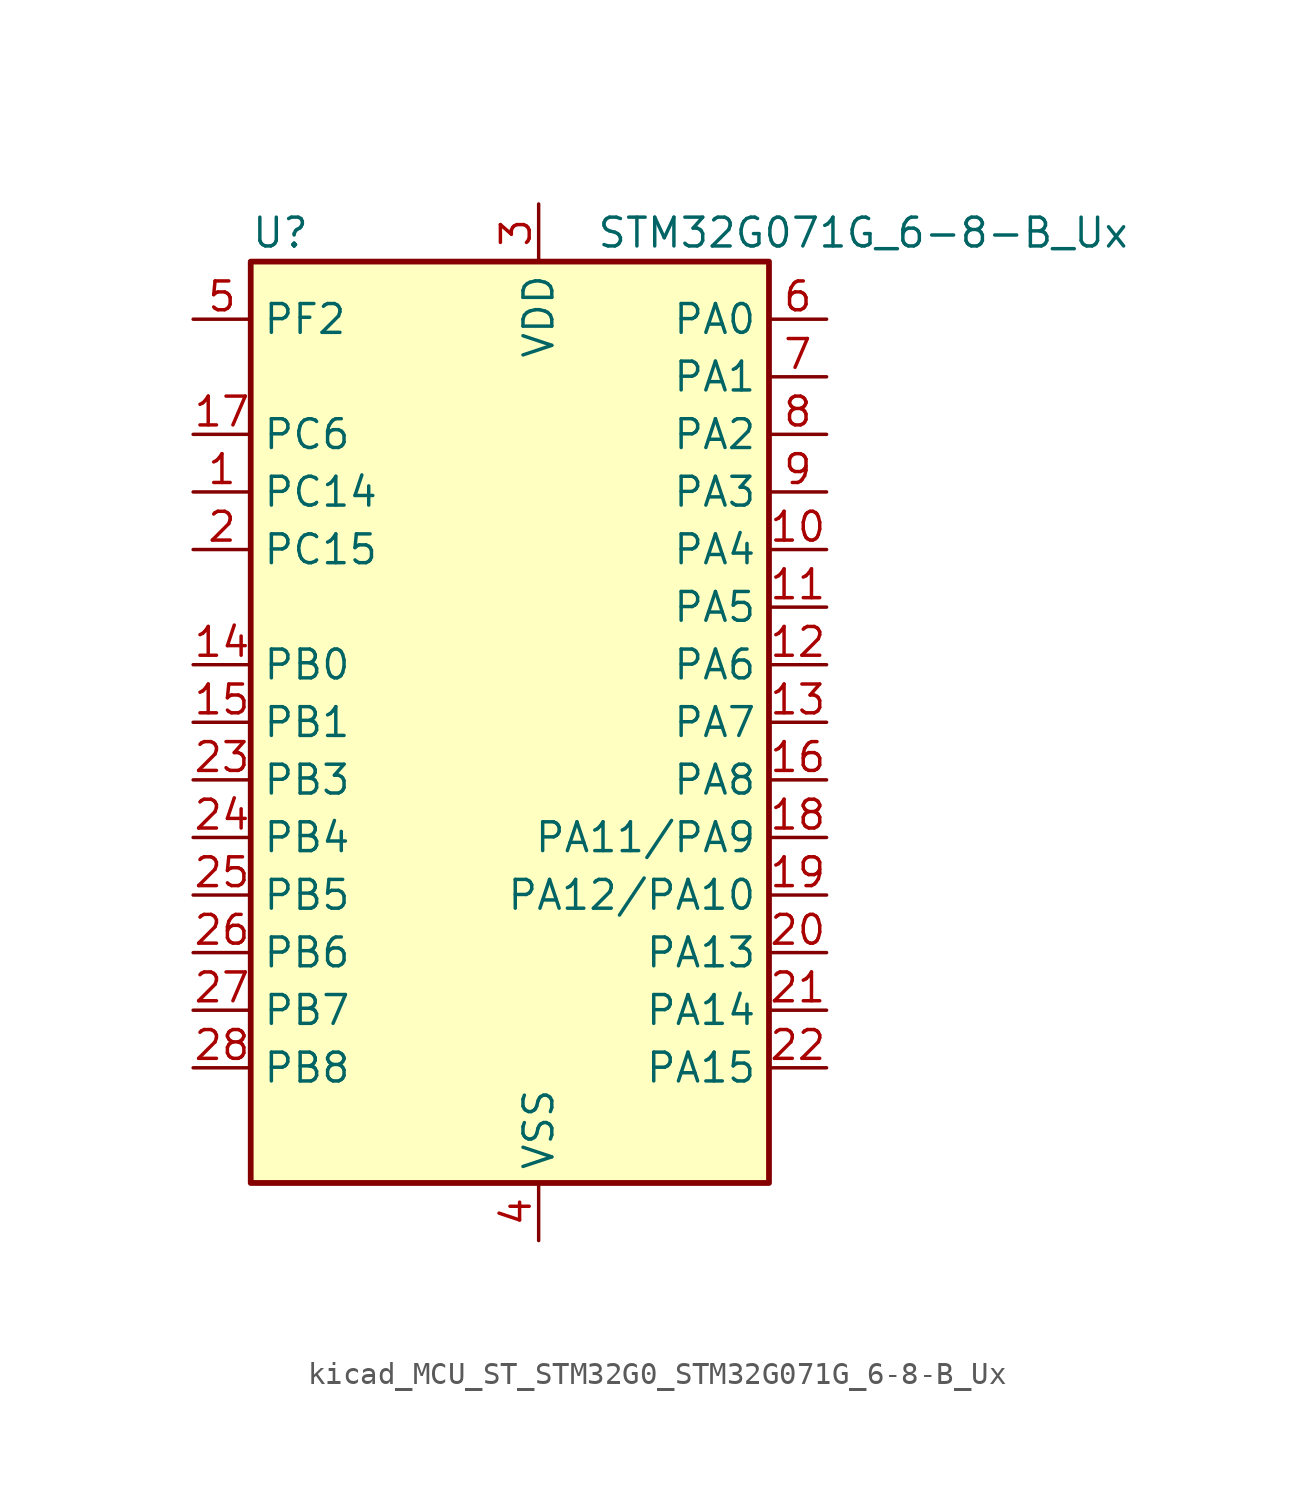
<source format=kicad_sym>
(kicad_symbol_lib
  (version 20220914)
  (generator kicad_symbol_editor)
  (symbol "kicad_MCU_ST_STM32G0_STM32G071G_6-8-B_Ux"
    (property "Reference" "U"
      (at -10.16 21.59 0)
      (effects (font (size 1.27 1.27)) (justify left)))
    (property "Value" "STM32G071G_6-8-B_Ux"
      (at 5.08 21.59 0)
      (effects (font (size 1.27 1.27)) (justify left)))
    (property "ki_locked" ""
      (at 0 0 0)
      (effects (font (size 1.27 1.27))))
    (symbol "kicad_MCU_ST_STM32G0_STM32G071G_6-8-B_Ux_0_1"
      (rectangle (start -10.16 -20.32) (end 12.7 20.32) (stroke (width 0.254) (type default)) (fill (type background))))
    (symbol "kicad_MCU_ST_STM32G0_STM32G071G_6-8-B_Ux_1_1"
      (pin bidirectional line (at -12.7 10.16 0) (length 2.54) (name "PC14" (effects (font (size 1.27 1.27)))) (number "1" (effects (font (size 1.27 1.27)))) (alternate "RCC_OSC32_IN" bidirectional line) (alternate "RCC_OSC_IN" bidirectional line) (alternate "TIM1_BK2" bidirectional line))
      (pin bidirectional line (at 15.24 7.62 180) (length 2.54) (name "PA4" (effects (font (size 1.27 1.27)))) (number "10" (effects (font (size 1.27 1.27)))) (alternate "ADC1_IN4" bidirectional line) (alternate "DAC1_OUT1" bidirectional line) (alternate "I2S1_WS" bidirectional line) (alternate "LPTIM2_OUT" bidirectional line) (alternate "RTC_OUT_ALARM" bidirectional line) (alternate "RTC_OUT_CALIB" bidirectional line) (alternate "RTC_TAMP_IN1" bidirectional line) (alternate "RTC_TS" bidirectional line) (alternate "SPI1_NSS" bidirectional line) (alternate "SPI2_MOSI" bidirectional line) (alternate "SYS_WKUP2" bidirectional line) (alternate "TIM14_CH1" bidirectional line))
      (pin bidirectional line (at 15.24 5.08 180) (length 2.54) (name "PA5" (effects (font (size 1.27 1.27)))) (number "11" (effects (font (size 1.27 1.27)))) (alternate "ADC1_IN5" bidirectional line) (alternate "CEC" bidirectional line) (alternate "DAC1_OUT2" bidirectional line) (alternate "I2S1_CK" bidirectional line) (alternate "LPTIM2_ETR" bidirectional line) (alternate "SPI1_SCK" bidirectional line) (alternate "TIM2_CH1" bidirectional line) (alternate "TIM2_ETR" bidirectional line) (alternate "UCPD1_FRSTX1" bidirectional line) (alternate "UCPD1_FRSTX2" bidirectional line) (alternate "USART3_TX" bidirectional line))
      (pin bidirectional line (at 15.24 2.54 180) (length 2.54) (name "PA6" (effects (font (size 1.27 1.27)))) (number "12" (effects (font (size 1.27 1.27)))) (alternate "ADC1_IN6" bidirectional line) (alternate "COMP1_OUT" bidirectional line) (alternate "I2S1_MCK" bidirectional line) (alternate "LPUART1_CTS" bidirectional line) (alternate "SPI1_MISO" bidirectional line) (alternate "TIM16_CH1" bidirectional line) (alternate "TIM1_BK" bidirectional line) (alternate "TIM3_CH1" bidirectional line) (alternate "USART3_CTS" bidirectional line) (alternate "USART3_NSS" bidirectional line))
      (pin bidirectional line (at 15.24 0 180) (length 2.54) (name "PA7" (effects (font (size 1.27 1.27)))) (number "13" (effects (font (size 1.27 1.27)))) (alternate "ADC1_IN7" bidirectional line) (alternate "COMP2_OUT" bidirectional line) (alternate "I2S1_SD" bidirectional line) (alternate "SPI1_MOSI" bidirectional line) (alternate "TIM14_CH1" bidirectional line) (alternate "TIM17_CH1" bidirectional line) (alternate "TIM1_CH1N" bidirectional line) (alternate "TIM3_CH2" bidirectional line) (alternate "UCPD1_FRSTX1" bidirectional line) (alternate "UCPD1_FRSTX2" bidirectional line))
      (pin bidirectional line (at -12.7 2.54 0) (length 2.54) (name "PB0" (effects (font (size 1.27 1.27)))) (number "14" (effects (font (size 1.27 1.27)))) (alternate "ADC1_IN8" bidirectional line) (alternate "COMP1_OUT" bidirectional line) (alternate "I2S1_WS" bidirectional line) (alternate "LPTIM1_OUT" bidirectional line) (alternate "SPI1_NSS" bidirectional line) (alternate "TIM1_CH2N" bidirectional line) (alternate "TIM3_CH3" bidirectional line) (alternate "UCPD1_FRSTX1" bidirectional line) (alternate "UCPD1_FRSTX2" bidirectional line) (alternate "USART3_RX" bidirectional line))
      (pin bidirectional line (at -12.7 0 0) (length 2.54) (name "PB1" (effects (font (size 1.27 1.27)))) (number "15" (effects (font (size 1.27 1.27)))) (alternate "ADC1_IN9" bidirectional line) (alternate "COMP1_INM" bidirectional line) (alternate "LPTIM2_IN1" bidirectional line) (alternate "LPUART1_DE" bidirectional line) (alternate "LPUART1_RTS" bidirectional line) (alternate "TIM14_CH1" bidirectional line) (alternate "TIM1_CH3N" bidirectional line) (alternate "TIM3_CH4" bidirectional line) (alternate "USART3_CK" bidirectional line) (alternate "USART3_DE" bidirectional line) (alternate "USART3_RTS" bidirectional line))
      (pin bidirectional line (at 15.24 -2.54 180) (length 2.54) (name "PA8" (effects (font (size 1.27 1.27)))) (number "16" (effects (font (size 1.27 1.27)))) (alternate "LPTIM2_OUT" bidirectional line) (alternate "RCC_MCO" bidirectional line) (alternate "SPI2_NSS" bidirectional line) (alternate "TIM1_CH1" bidirectional line) (alternate "UCPD1_CC1" bidirectional line))
      (pin bidirectional line (at -12.7 12.7 0) (length 2.54) (name "PC6" (effects (font (size 1.27 1.27)))) (number "17" (effects (font (size 1.27 1.27)))) (alternate "TIM2_CH3" bidirectional line) (alternate "TIM3_CH1" bidirectional line) (alternate "UCPD1_FRSTX1" bidirectional line) (alternate "UCPD1_FRSTX2" bidirectional line))
      (pin bidirectional line (at 15.24 -5.08 180) (length 2.54) (name "PA11/PA9" (effects (font (size 1.27 1.27)))) (number "18" (effects (font (size 1.27 1.27)))) (alternate "ADC1_EXTI11" bidirectional line) (alternate "COMP1_OUT" bidirectional line) (alternate "I2C2_SCL" bidirectional line) (alternate "I2S1_MCK" bidirectional line) (alternate "SPI1_MISO" bidirectional line) (alternate "TIM1_BK2" bidirectional line) (alternate "TIM1_CH4" bidirectional line) (alternate "USART1_CTS" bidirectional line) (alternate "USART1_NSS" bidirectional line))
      (pin bidirectional line (at 15.24 -7.62 180) (length 2.54) (name "PA12/PA10" (effects (font (size 1.27 1.27)))) (number "19" (effects (font (size 1.27 1.27)))) (alternate "COMP2_OUT" bidirectional line) (alternate "I2C2_SDA" bidirectional line) (alternate "I2S1_SD" bidirectional line) (alternate "I2S_CKIN" bidirectional line) (alternate "SPI1_MOSI" bidirectional line) (alternate "TIM1_ETR" bidirectional line) (alternate "USART1_CK" bidirectional line) (alternate "USART1_DE" bidirectional line) (alternate "USART1_RTS" bidirectional line))
      (pin bidirectional line (at -12.7 7.62 0) (length 2.54) (name "PC15" (effects (font (size 1.27 1.27)))) (number "2" (effects (font (size 1.27 1.27)))) (alternate "RCC_OSC32_EN" bidirectional line) (alternate "RCC_OSC32_OUT" bidirectional line) (alternate "RCC_OSC_EN" bidirectional line) (alternate "TIM15_BK" bidirectional line))
      (pin bidirectional line (at 15.24 -10.16 180) (length 2.54) (name "PA13" (effects (font (size 1.27 1.27)))) (number "20" (effects (font (size 1.27 1.27)))) (alternate "IR_OUT" bidirectional line) (alternate "SYS_SWDIO" bidirectional line))
      (pin bidirectional line (at 15.24 -12.7 180) (length 2.54) (name "PA14" (effects (font (size 1.27 1.27)))) (number "21" (effects (font (size 1.27 1.27)))) (alternate "SYS_SWCLK" bidirectional line) (alternate "USART2_TX" bidirectional line))
      (pin bidirectional line (at 15.24 -15.24 180) (length 2.54) (name "PA15" (effects (font (size 1.27 1.27)))) (number "22" (effects (font (size 1.27 1.27)))) (alternate "I2S1_WS" bidirectional line) (alternate "SPI1_NSS" bidirectional line) (alternate "TIM2_CH1" bidirectional line) (alternate "TIM2_ETR" bidirectional line) (alternate "USART2_RX" bidirectional line) (alternate "USART3_CK" bidirectional line) (alternate "USART3_DE" bidirectional line) (alternate "USART3_RTS" bidirectional line) (alternate "USART4_CK" bidirectional line) (alternate "USART4_DE" bidirectional line) (alternate "USART4_RTS" bidirectional line))
      (pin bidirectional line (at -12.7 -2.54 0) (length 2.54) (name "PB3" (effects (font (size 1.27 1.27)))) (number "23" (effects (font (size 1.27 1.27)))) (alternate "COMP2_INM" bidirectional line) (alternate "I2S1_CK" bidirectional line) (alternate "SPI1_SCK" bidirectional line) (alternate "TIM1_CH2" bidirectional line) (alternate "TIM2_CH2" bidirectional line) (alternate "USART1_CK" bidirectional line) (alternate "USART1_DE" bidirectional line) (alternate "USART1_RTS" bidirectional line))
      (pin bidirectional line (at -12.7 -5.08 0) (length 2.54) (name "PB4" (effects (font (size 1.27 1.27)))) (number "24" (effects (font (size 1.27 1.27)))) (alternate "COMP2_INP" bidirectional line) (alternate "I2S1_MCK" bidirectional line) (alternate "SPI1_MISO" bidirectional line) (alternate "TIM17_BK" bidirectional line) (alternate "TIM3_CH1" bidirectional line) (alternate "USART1_CTS" bidirectional line) (alternate "USART1_NSS" bidirectional line))
      (pin bidirectional line (at -12.7 -7.62 0) (length 2.54) (name "PB5" (effects (font (size 1.27 1.27)))) (number "25" (effects (font (size 1.27 1.27)))) (alternate "COMP2_OUT" bidirectional line) (alternate "I2C1_SMBA" bidirectional line) (alternate "I2S1_SD" bidirectional line) (alternate "LPTIM1_IN1" bidirectional line) (alternate "SPI1_MOSI" bidirectional line) (alternate "SYS_WKUP6" bidirectional line) (alternate "TIM16_BK" bidirectional line) (alternate "TIM3_CH2" bidirectional line))
      (pin bidirectional line (at -12.7 -10.16 0) (length 2.54) (name "PB6" (effects (font (size 1.27 1.27)))) (number "26" (effects (font (size 1.27 1.27)))) (alternate "COMP2_INP" bidirectional line) (alternate "I2C1_SCL" bidirectional line) (alternate "LPTIM1_ETR" bidirectional line) (alternate "SPI2_MISO" bidirectional line) (alternate "TIM16_CH1N" bidirectional line) (alternate "TIM1_CH3" bidirectional line) (alternate "USART1_TX" bidirectional line))
      (pin bidirectional line (at -12.7 -12.7 0) (length 2.54) (name "PB7" (effects (font (size 1.27 1.27)))) (number "27" (effects (font (size 1.27 1.27)))) (alternate "COMP2_INM" bidirectional line) (alternate "I2C1_SDA" bidirectional line) (alternate "LPTIM1_IN2" bidirectional line) (alternate "SPI2_MOSI" bidirectional line) (alternate "SYS_PVD_IN" bidirectional line) (alternate "TIM17_CH1N" bidirectional line) (alternate "USART1_RX" bidirectional line) (alternate "USART4_CTS" bidirectional line) (alternate "USART4_NSS" bidirectional line))
      (pin bidirectional line (at -12.7 -15.24 0) (length 2.54) (name "PB8" (effects (font (size 1.27 1.27)))) (number "28" (effects (font (size 1.27 1.27)))) (alternate "CEC" bidirectional line) (alternate "I2C1_SCL" bidirectional line) (alternate "SPI2_SCK" bidirectional line) (alternate "TIM15_BK" bidirectional line) (alternate "TIM16_CH1" bidirectional line) (alternate "USART3_TX" bidirectional line))
      (pin power_in line (at 2.54 22.86 270) (length 2.54) (name "VDD" (effects (font (size 1.27 1.27)))) (number "3" (effects (font (size 1.27 1.27)))))
      (pin power_in line (at 2.54 -22.86 90) (length 2.54) (name "VSS" (effects (font (size 1.27 1.27)))) (number "4" (effects (font (size 1.27 1.27)))))
      (pin bidirectional line (at -12.7 17.78 0) (length 2.54) (name "PF2" (effects (font (size 1.27 1.27)))) (number "5" (effects (font (size 1.27 1.27)))) (alternate "RCC_MCO" bidirectional line))
      (pin bidirectional line (at 15.24 17.78 180) (length 2.54) (name "PA0" (effects (font (size 1.27 1.27)))) (number "6" (effects (font (size 1.27 1.27)))) (alternate "ADC1_IN0" bidirectional line) (alternate "COMP1_INM" bidirectional line) (alternate "COMP1_OUT" bidirectional line) (alternate "LPTIM1_OUT" bidirectional line) (alternate "RTC_TAMP_IN2" bidirectional line) (alternate "SPI2_SCK" bidirectional line) (alternate "SYS_WKUP1" bidirectional line) (alternate "TIM2_CH1" bidirectional line) (alternate "TIM2_ETR" bidirectional line) (alternate "USART2_CTS" bidirectional line) (alternate "USART2_NSS" bidirectional line) (alternate "USART4_TX" bidirectional line))
      (pin bidirectional line (at 15.24 15.24 180) (length 2.54) (name "PA1" (effects (font (size 1.27 1.27)))) (number "7" (effects (font (size 1.27 1.27)))) (alternate "ADC1_IN1" bidirectional line) (alternate "COMP1_INP" bidirectional line) (alternate "I2C1_SMBA" bidirectional line) (alternate "I2S1_CK" bidirectional line) (alternate "SPI1_SCK" bidirectional line) (alternate "TIM15_CH1N" bidirectional line) (alternate "TIM2_CH2" bidirectional line) (alternate "USART2_CK" bidirectional line) (alternate "USART2_DE" bidirectional line) (alternate "USART2_RTS" bidirectional line) (alternate "USART4_RX" bidirectional line))
      (pin bidirectional line (at 15.24 12.7 180) (length 2.54) (name "PA2" (effects (font (size 1.27 1.27)))) (number "8" (effects (font (size 1.27 1.27)))) (alternate "ADC1_IN2" bidirectional line) (alternate "COMP2_INM" bidirectional line) (alternate "COMP2_OUT" bidirectional line) (alternate "I2S1_SD" bidirectional line) (alternate "LPUART1_TX" bidirectional line) (alternate "RCC_LSCO" bidirectional line) (alternate "SPI1_MOSI" bidirectional line) (alternate "SYS_WKUP4" bidirectional line) (alternate "TIM15_CH1" bidirectional line) (alternate "TIM2_CH3" bidirectional line) (alternate "UCPD1_FRSTX1" bidirectional line) (alternate "UCPD1_FRSTX2" bidirectional line) (alternate "USART2_TX" bidirectional line))
      (pin bidirectional line (at 15.24 10.16 180) (length 2.54) (name "PA3" (effects (font (size 1.27 1.27)))) (number "9" (effects (font (size 1.27 1.27)))) (alternate "ADC1_IN3" bidirectional line) (alternate "COMP2_INP" bidirectional line) (alternate "LPUART1_RX" bidirectional line) (alternate "SPI2_MISO" bidirectional line) (alternate "TIM15_CH2" bidirectional line) (alternate "TIM2_CH4" bidirectional line) (alternate "USART2_RX" bidirectional line)))))
</source>
